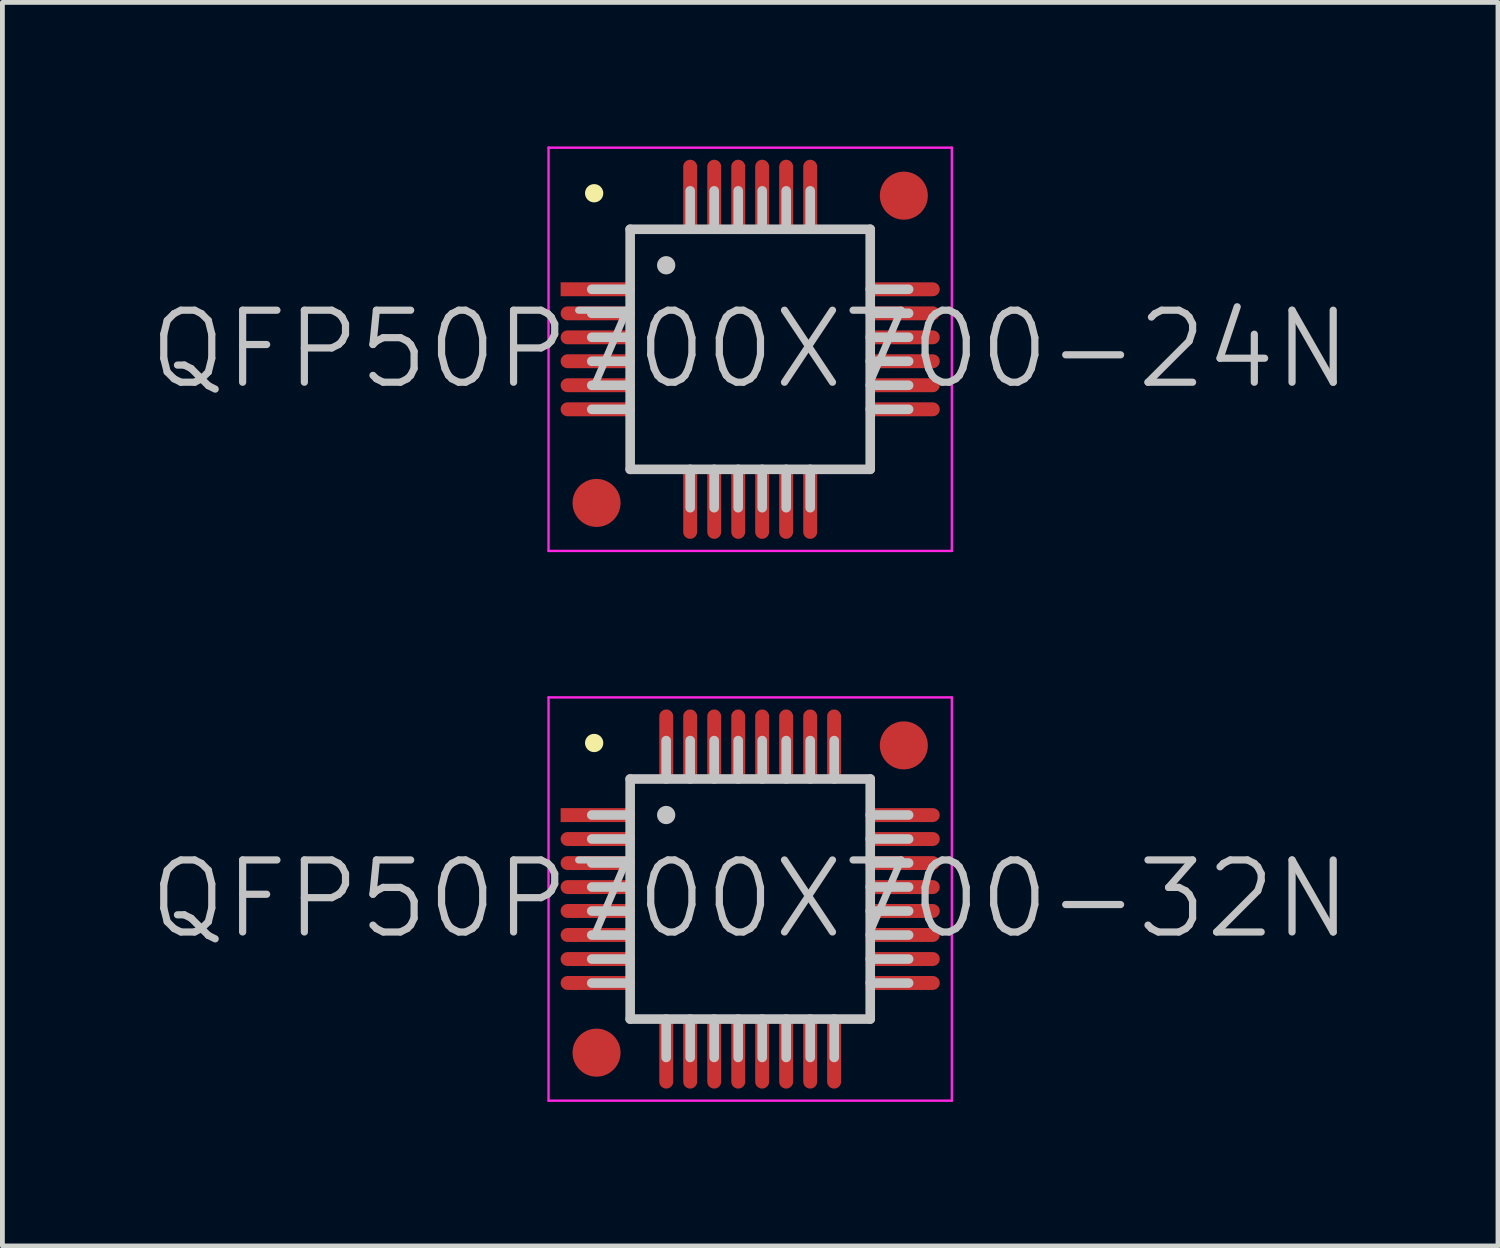
<source format=kicad_pcb>
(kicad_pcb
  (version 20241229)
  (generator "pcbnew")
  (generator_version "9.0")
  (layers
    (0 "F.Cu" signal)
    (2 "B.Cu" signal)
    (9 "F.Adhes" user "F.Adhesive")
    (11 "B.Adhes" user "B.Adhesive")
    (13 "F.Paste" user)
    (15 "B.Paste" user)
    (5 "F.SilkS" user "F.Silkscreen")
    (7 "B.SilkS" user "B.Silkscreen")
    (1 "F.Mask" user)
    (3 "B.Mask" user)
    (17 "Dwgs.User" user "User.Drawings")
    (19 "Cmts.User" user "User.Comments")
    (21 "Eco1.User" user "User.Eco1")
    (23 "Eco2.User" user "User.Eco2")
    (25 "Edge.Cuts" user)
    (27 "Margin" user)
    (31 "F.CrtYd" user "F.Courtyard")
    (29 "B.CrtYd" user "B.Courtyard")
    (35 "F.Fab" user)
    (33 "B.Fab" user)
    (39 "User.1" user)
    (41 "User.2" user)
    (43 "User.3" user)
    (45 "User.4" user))
  (footprint "QFP50P700X700-32N"
    (layer "F.Cu")
    (at 12.575 15.675)
    (property "Reference" "QFP50P700X700-32N" (at 0 0 0) (layer "Dwgs.User") (effects (font (size 1.5 1.5) (thickness 0.15))))
    (attr smd)
    (fp_line (start -3.25 -3.25) (end -3.25 -3.25) (stroke (width 0.381) (type solid)) (layer "F.SilkS"))
    (fp_line (start -2.5 -2.5) (end -2.5 2.5) (stroke (width 0.2) (type solid)) (layer "Dwgs.User"))
    (fp_line (start -2.5 -2.5) (end 2.5 -2.5) (stroke (width 0.2) (type solid)) (layer "Dwgs.User"))
    (fp_line (start -2.5 -1.75) (end -3.3 -1.75) (stroke (width 0.2) (type solid)) (layer "Dwgs.User"))
    (fp_line (start -2.5 -1.25) (end -3.3 -1.25) (stroke (width 0.2) (type solid)) (layer "Dwgs.User"))
    (fp_line (start -2.5 -0.75) (end -3.3 -0.75) (stroke (width 0.2) (type solid)) (layer "Dwgs.User"))
    (fp_line (start -2.5 -0.25) (end -3.3 -0.25) (stroke (width 0.2) (type solid)) (layer "Dwgs.User"))
    (fp_line (start -2.5 0.25) (end -3.3 0.25) (stroke (width 0.2) (type solid)) (layer "Dwgs.User"))
    (fp_line (start -2.5 0.75) (end -3.3 0.75) (stroke (width 0.2) (type solid)) (layer "Dwgs.User"))
    (fp_line (start -2.5 1.25) (end -3.3 1.25) (stroke (width 0.2) (type solid)) (layer "Dwgs.User"))
    (fp_line (start -2.5 1.75) (end -3.3 1.75) (stroke (width 0.2) (type solid)) (layer "Dwgs.User"))
    (fp_line (start -2.5 2.5) (end 2.5 2.5) (stroke (width 0.2) (type solid)) (layer "Dwgs.User"))
    (fp_line (start -1.75 -2.5) (end -1.75 -3.3) (stroke (width 0.2) (type solid)) (layer "Dwgs.User"))
    (fp_line (start -1.75 -1.75) (end -1.75 -1.75) (stroke (width 0.381) (type solid)) (layer "Dwgs.User"))
    (fp_line (start -1.75 3.3) (end -1.75 2.5) (stroke (width 0.2) (type solid)) (layer "Dwgs.User"))
    (fp_line (start -1.25 -2.5) (end -1.25 -3.3) (stroke (width 0.2) (type solid)) (layer "Dwgs.User"))
    (fp_line (start -1.25 3.3) (end -1.25 2.5) (stroke (width 0.2) (type solid)) (layer "Dwgs.User"))
    (fp_line (start -0.75 -2.5) (end -0.75 -3.3) (stroke (width 0.2) (type solid)) (layer "Dwgs.User"))
    (fp_line (start -0.75 3.3) (end -0.75 2.5) (stroke (width 0.2) (type solid)) (layer "Dwgs.User"))
    (fp_line (start -0.25 -2.5) (end -0.25 -3.3) (stroke (width 0.2) (type solid)) (layer "Dwgs.User"))
    (fp_line (start -0.25 3.3) (end -0.25 2.5) (stroke (width 0.2) (type solid)) (layer "Dwgs.User"))
    (fp_line (start 0.25 -2.5) (end 0.25 -3.3) (stroke (width 0.2) (type solid)) (layer "Dwgs.User"))
    (fp_line (start 0.25 3.3) (end 0.25 2.5) (stroke (width 0.2) (type solid)) (layer "Dwgs.User"))
    (fp_line (start 0.75 -2.5) (end 0.75 -3.3) (stroke (width 0.2) (type solid)) (layer "Dwgs.User"))
    (fp_line (start 0.75 3.3) (end 0.75 2.5) (stroke (width 0.2) (type solid)) (layer "Dwgs.User"))
    (fp_line (start 1.25 -2.5) (end 1.25 -3.3) (stroke (width 0.2) (type solid)) (layer "Dwgs.User"))
    (fp_line (start 1.25 3.3) (end 1.25 2.5) (stroke (width 0.2) (type solid)) (layer "Dwgs.User"))
    (fp_line (start 1.75 -2.5) (end 1.75 -3.3) (stroke (width 0.2) (type solid)) (layer "Dwgs.User"))
    (fp_line (start 1.75 3.3) (end 1.75 2.5) (stroke (width 0.2) (type solid)) (layer "Dwgs.User"))
    (fp_line (start 2.5 -2.5) (end 2.5 2.5) (stroke (width 0.2) (type solid)) (layer "Dwgs.User"))
    (fp_line (start 3.3 -1.75) (end 2.5 -1.75) (stroke (width 0.2) (type solid)) (layer "Dwgs.User"))
    (fp_line (start 3.3 -1.25) (end 2.5 -1.25) (stroke (width 0.2) (type solid)) (layer "Dwgs.User"))
    (fp_line (start 3.3 -0.75) (end 2.5 -0.75) (stroke (width 0.2) (type solid)) (layer "Dwgs.User"))
    (fp_line (start 3.3 -0.25) (end 2.5 -0.25) (stroke (width 0.2) (type solid)) (layer "Dwgs.User"))
    (fp_line (start 3.3 0.25) (end 2.5 0.25) (stroke (width 0.2) (type solid)) (layer "Dwgs.User"))
    (fp_line (start 3.3 0.75) (end 2.5 0.75) (stroke (width 0.2) (type solid)) (layer "Dwgs.User"))
    (fp_line (start 3.3 1.25) (end 2.5 1.25) (stroke (width 0.2) (type solid)) (layer "Dwgs.User"))
    (fp_line (start 3.3 1.75) (end 2.5 1.75) (stroke (width 0.2) (type solid)) (layer "Dwgs.User"))
    (fp_line (start -4.2 -4.2) (end -4.2 4.2) (stroke (width 0.05) (type solid)) (layer "F.CrtYd"))
    (fp_line (start -4.2 -4.2) (end 4.2 -4.2) (stroke (width 0.05) (type solid)) (layer "F.CrtYd"))
    (fp_line (start -4.2 4.2) (end 4.2 4.2) (stroke (width 0.05) (type solid)) (layer "F.CrtYd"))
    (fp_line (start 4.2 -4.2) (end 4.2 4.2) (stroke (width 0.05) (type solid)) (layer "F.CrtYd"))
    (pad "" smd circle (at -3.2 3.2) (size 1 1) (layers "F.Cu" "F.Mask"))
    (pad "" smd circle (at 3.2 -3.2) (size 1 1) (layers "F.Cu" "F.Mask"))
    (pad "1" smd rect (at -3.198 -1.748 90) (size 0.29 1.5) (layers "F.Cu" "F.Mask" "F.Paste"))
    (pad "2" smd oval (at -3.198 -1.25 90) (size 0.29 1.5) (layers "F.Cu" "F.Mask" "F.Paste"))
    (pad "3" smd oval (at -3.198 -0.749 90) (size 0.29 1.5) (layers "F.Cu" "F.Mask" "F.Paste"))
    (pad "4" smd oval (at -3.198 -0.249 90) (size 0.29 1.5) (layers "F.Cu" "F.Mask" "F.Paste"))
    (pad "5" smd oval (at -3.198 0.249 90) (size 0.29 1.5) (layers "F.Cu" "F.Mask" "F.Paste"))
    (pad "6" smd oval (at -3.198 0.749 90) (size 0.29 1.5) (layers "F.Cu" "F.Mask" "F.Paste"))
    (pad "7" smd oval (at -3.198 1.25 90) (size 0.29 1.5) (layers "F.Cu" "F.Mask" "F.Paste"))
    (pad "8" smd oval (at -3.198 1.748 90) (size 0.29 1.5) (layers "F.Cu" "F.Mask" "F.Paste"))
    (pad "9" smd oval (at -1.748 3.198 180) (size 0.29 1.5) (layers "F.Cu" "F.Mask" "F.Paste"))
    (pad "10" smd oval (at -1.25 3.198 180) (size 0.29 1.5) (layers "F.Cu" "F.Mask" "F.Paste"))
    (pad "11" smd oval (at -0.749 3.198 180) (size 0.29 1.5) (layers "F.Cu" "F.Mask" "F.Paste"))
    (pad "12" smd oval (at -0.249 3.198 180) (size 0.29 1.5) (layers "F.Cu" "F.Mask" "F.Paste"))
    (pad "13" smd oval (at 0.249 3.198 180) (size 0.29 1.5) (layers "F.Cu" "F.Mask" "F.Paste"))
    (pad "14" smd oval (at 0.749 3.198 180) (size 0.29 1.5) (layers "F.Cu" "F.Mask" "F.Paste"))
    (pad "15" smd oval (at 1.25 3.198 180) (size 0.29 1.5) (layers "F.Cu" "F.Mask" "F.Paste"))
    (pad "16" smd oval (at 1.748 3.198 180) (size 0.29 1.5) (layers "F.Cu" "F.Mask" "F.Paste"))
    (pad "17" smd oval (at 3.198 1.748 270) (size 0.29 1.5) (layers "F.Cu" "F.Mask" "F.Paste"))
    (pad "18" smd oval (at 3.198 1.25 270) (size 0.29 1.5) (layers "F.Cu" "F.Mask" "F.Paste"))
    (pad "19" smd oval (at 3.198 0.749 270) (size 0.29 1.5) (layers "F.Cu" "F.Mask" "F.Paste"))
    (pad "20" smd oval (at 3.198 0.249 270) (size 0.29 1.5) (layers "F.Cu" "F.Mask" "F.Paste"))
    (pad "21" smd oval (at 3.198 -0.249 270) (size 0.29 1.5) (layers "F.Cu" "F.Mask" "F.Paste"))
    (pad "22" smd oval (at 3.198 -0.749 270) (size 0.29 1.5) (layers "F.Cu" "F.Mask" "F.Paste"))
    (pad "23" smd oval (at 3.198 -1.25 270) (size 0.29 1.5) (layers "F.Cu" "F.Mask" "F.Paste"))
    (pad "24" smd oval (at 3.198 -1.748 270) (size 0.29 1.5) (layers "F.Cu" "F.Mask" "F.Paste"))
    (pad "25" smd oval (at 1.748 -3.198) (size 0.29 1.5) (layers "F.Cu" "F.Mask" "F.Paste"))
    (pad "26" smd oval (at 1.25 -3.198) (size 0.29 1.5) (layers "F.Cu" "F.Mask" "F.Paste"))
    (pad "27" smd oval (at 0.749 -3.198) (size 0.29 1.5) (layers "F.Cu" "F.Mask" "F.Paste"))
    (pad "28" smd oval (at 0.249 -3.198) (size 0.29 1.5) (layers "F.Cu" "F.Mask" "F.Paste"))
    (pad "29" smd oval (at -0.249 -3.198) (size 0.29 1.5) (layers "F.Cu" "F.Mask" "F.Paste"))
    (pad "30" smd oval (at -0.749 -3.198) (size 0.29 1.5) (layers "F.Cu" "F.Mask" "F.Paste"))
    (pad "31" smd oval (at -1.25 -3.198) (size 0.29 1.5) (layers "F.Cu" "F.Mask" "F.Paste"))
    (pad "32" smd oval (at -1.748 -3.198) (size 0.29 1.5) (layers "F.Cu" "F.Mask" "F.Paste")))
  (footprint "QFP50P700X700-24N"
    (layer "F.Cu")
    (at 12.575 4.225)
    (property "Reference" "QFP50P700X700-24N" (at 0 0 0) (layer "Dwgs.User") (effects (font (size 1.5 1.5) (thickness 0.15))))
    (attr smd)
    (fp_line (start -3.25 -3.25) (end -3.25 -3.25) (stroke (width 0.381) (type solid)) (layer "F.SilkS"))
    (fp_line (start -2.5 -2.5) (end -2.5 2.5) (stroke (width 0.2) (type solid)) (layer "Dwgs.User"))
    (fp_line (start -2.5 -2.5) (end 2.5 -2.5) (stroke (width 0.2) (type solid)) (layer "Dwgs.User"))
    (fp_line (start -2.5 -1.25) (end -3.3 -1.25) (stroke (width 0.2) (type solid)) (layer "Dwgs.User"))
    (fp_line (start -2.5 -0.75) (end -3.3 -0.75) (stroke (width 0.2) (type solid)) (layer "Dwgs.User"))
    (fp_line (start -2.5 -0.25) (end -3.3 -0.25) (stroke (width 0.2) (type solid)) (layer "Dwgs.User"))
    (fp_line (start -2.5 0.25) (end -3.3 0.25) (stroke (width 0.2) (type solid)) (layer "Dwgs.User"))
    (fp_line (start -2.5 0.75) (end -3.3 0.75) (stroke (width 0.2) (type solid)) (layer "Dwgs.User"))
    (fp_line (start -2.5 1.25) (end -3.3 1.25) (stroke (width 0.2) (type solid)) (layer "Dwgs.User"))
    (fp_line (start -2.5 2.5) (end 2.5 2.5) (stroke (width 0.2) (type solid)) (layer "Dwgs.User"))
    (fp_line (start -1.75 -1.75) (end -1.75 -1.75) (stroke (width 0.381) (type solid)) (layer "Dwgs.User"))
    (fp_line (start -1.25 -2.5) (end -1.25 -3.3) (stroke (width 0.2) (type solid)) (layer "Dwgs.User"))
    (fp_line (start -1.25 3.3) (end -1.25 2.5) (stroke (width 0.2) (type solid)) (layer "Dwgs.User"))
    (fp_line (start -0.75 -2.5) (end -0.75 -3.3) (stroke (width 0.2) (type solid)) (layer "Dwgs.User"))
    (fp_line (start -0.75 3.3) (end -0.75 2.5) (stroke (width 0.2) (type solid)) (layer "Dwgs.User"))
    (fp_line (start -0.25 -2.5) (end -0.25 -3.3) (stroke (width 0.2) (type solid)) (layer "Dwgs.User"))
    (fp_line (start -0.25 3.3) (end -0.25 2.5) (stroke (width 0.2) (type solid)) (layer "Dwgs.User"))
    (fp_line (start 0.25 -2.5) (end 0.25 -3.3) (stroke (width 0.2) (type solid)) (layer "Dwgs.User"))
    (fp_line (start 0.25 3.3) (end 0.25 2.5) (stroke (width 0.2) (type solid)) (layer "Dwgs.User"))
    (fp_line (start 0.75 -2.5) (end 0.75 -3.3) (stroke (width 0.2) (type solid)) (layer "Dwgs.User"))
    (fp_line (start 0.75 3.3) (end 0.75 2.5) (stroke (width 0.2) (type solid)) (layer "Dwgs.User"))
    (fp_line (start 1.25 -2.5) (end 1.25 -3.3) (stroke (width 0.2) (type solid)) (layer "Dwgs.User"))
    (fp_line (start 1.25 3.3) (end 1.25 2.5) (stroke (width 0.2) (type solid)) (layer "Dwgs.User"))
    (fp_line (start 2.5 -2.5) (end 2.5 2.5) (stroke (width 0.2) (type solid)) (layer "Dwgs.User"))
    (fp_line (start 3.3 -1.25) (end 2.5 -1.25) (stroke (width 0.2) (type solid)) (layer "Dwgs.User"))
    (fp_line (start 3.3 -0.75) (end 2.5 -0.75) (stroke (width 0.2) (type solid)) (layer "Dwgs.User"))
    (fp_line (start 3.3 -0.25) (end 2.5 -0.25) (stroke (width 0.2) (type solid)) (layer "Dwgs.User"))
    (fp_line (start 3.3 0.25) (end 2.5 0.25) (stroke (width 0.2) (type solid)) (layer "Dwgs.User"))
    (fp_line (start 3.3 0.75) (end 2.5 0.75) (stroke (width 0.2) (type solid)) (layer "Dwgs.User"))
    (fp_line (start 3.3 1.25) (end 2.5 1.25) (stroke (width 0.2) (type solid)) (layer "Dwgs.User"))
    (fp_line (start -4.2 -4.2) (end -4.2 4.2) (stroke (width 0.05) (type solid)) (layer "F.CrtYd"))
    (fp_line (start -4.2 -4.2) (end 4.2 -4.2) (stroke (width 0.05) (type solid)) (layer "F.CrtYd"))
    (fp_line (start -4.2 4.2) (end 4.2 4.2) (stroke (width 0.05) (type solid)) (layer "F.CrtYd"))
    (fp_line (start 4.2 -4.2) (end 4.2 4.2) (stroke (width 0.05) (type solid)) (layer "F.CrtYd"))
    (pad "" smd circle (at -3.2 3.2) (size 1 1) (layers "F.Cu" "F.Mask"))
    (pad "" smd circle (at 3.2 -3.2) (size 1 1) (layers "F.Cu" "F.Mask"))
    (pad "1" smd rect (at -3.198 -1.25 90) (size 0.29 1.5) (layers "F.Cu" "F.Mask" "F.Paste"))
    (pad "2" smd oval (at -3.198 -0.749 90) (size 0.29 1.5) (layers "F.Cu" "F.Mask" "F.Paste"))
    (pad "3" smd oval (at -3.198 -0.249 90) (size 0.29 1.5) (layers "F.Cu" "F.Mask" "F.Paste"))
    (pad "4" smd oval (at -3.198 0.249 90) (size 0.29 1.5) (layers "F.Cu" "F.Mask" "F.Paste"))
    (pad "5" smd oval (at -3.198 0.749 90) (size 0.29 1.5) (layers "F.Cu" "F.Mask" "F.Paste"))
    (pad "6" smd oval (at -3.198 1.25 90) (size 0.29 1.5) (layers "F.Cu" "F.Mask" "F.Paste"))
    (pad "7" smd oval (at -1.25 3.198 180) (size 0.29 1.5) (layers "F.Cu" "F.Mask" "F.Paste"))
    (pad "8" smd oval (at -0.749 3.198 180) (size 0.29 1.5) (layers "F.Cu" "F.Mask" "F.Paste"))
    (pad "9" smd oval (at -0.249 3.198 180) (size 0.29 1.5) (layers "F.Cu" "F.Mask" "F.Paste"))
    (pad "10" smd oval (at 0.249 3.198 180) (size 0.29 1.5) (layers "F.Cu" "F.Mask" "F.Paste"))
    (pad "11" smd oval (at 0.749 3.198 180) (size 0.29 1.5) (layers "F.Cu" "F.Mask" "F.Paste"))
    (pad "12" smd oval (at 1.25 3.198 180) (size 0.29 1.5) (layers "F.Cu" "F.Mask" "F.Paste"))
    (pad "13" smd oval (at 3.198 1.25 270) (size 0.29 1.5) (layers "F.Cu" "F.Mask" "F.Paste"))
    (pad "14" smd oval (at 3.198 0.749 270) (size 0.29 1.5) (layers "F.Cu" "F.Mask" "F.Paste"))
    (pad "15" smd oval (at 3.198 0.249 270) (size 0.29 1.5) (layers "F.Cu" "F.Mask" "F.Paste"))
    (pad "16" smd oval (at 3.198 -0.249 270) (size 0.29 1.5) (layers "F.Cu" "F.Mask" "F.Paste"))
    (pad "17" smd oval (at 3.198 -0.749 270) (size 0.29 1.5) (layers "F.Cu" "F.Mask" "F.Paste"))
    (pad "18" smd oval (at 3.198 -1.25 270) (size 0.29 1.5) (layers "F.Cu" "F.Mask" "F.Paste"))
    (pad "19" smd oval (at 1.25 -3.198) (size 0.29 1.5) (layers "F.Cu" "F.Mask" "F.Paste"))
    (pad "20" smd oval (at 0.749 -3.198) (size 0.29 1.5) (layers "F.Cu" "F.Mask" "F.Paste"))
    (pad "21" smd oval (at 0.249 -3.198) (size 0.29 1.5) (layers "F.Cu" "F.Mask" "F.Paste"))
    (pad "22" smd oval (at -0.249 -3.198) (size 0.29 1.5) (layers "F.Cu" "F.Mask" "F.Paste"))
    (pad "23" smd oval (at -0.749 -3.198) (size 0.29 1.5) (layers "F.Cu" "F.Mask" "F.Paste"))
    (pad "24" smd oval (at -1.25 -3.198) (size 0.29 1.5) (layers "F.Cu" "F.Mask" "F.Paste")))
  (gr_rect
    (start -3 -3)
    (end 28.15 22.9)
    (stroke (width 0.1) (type default))
    (fill no)
    (layer "Edge.Cuts")))
</source>
